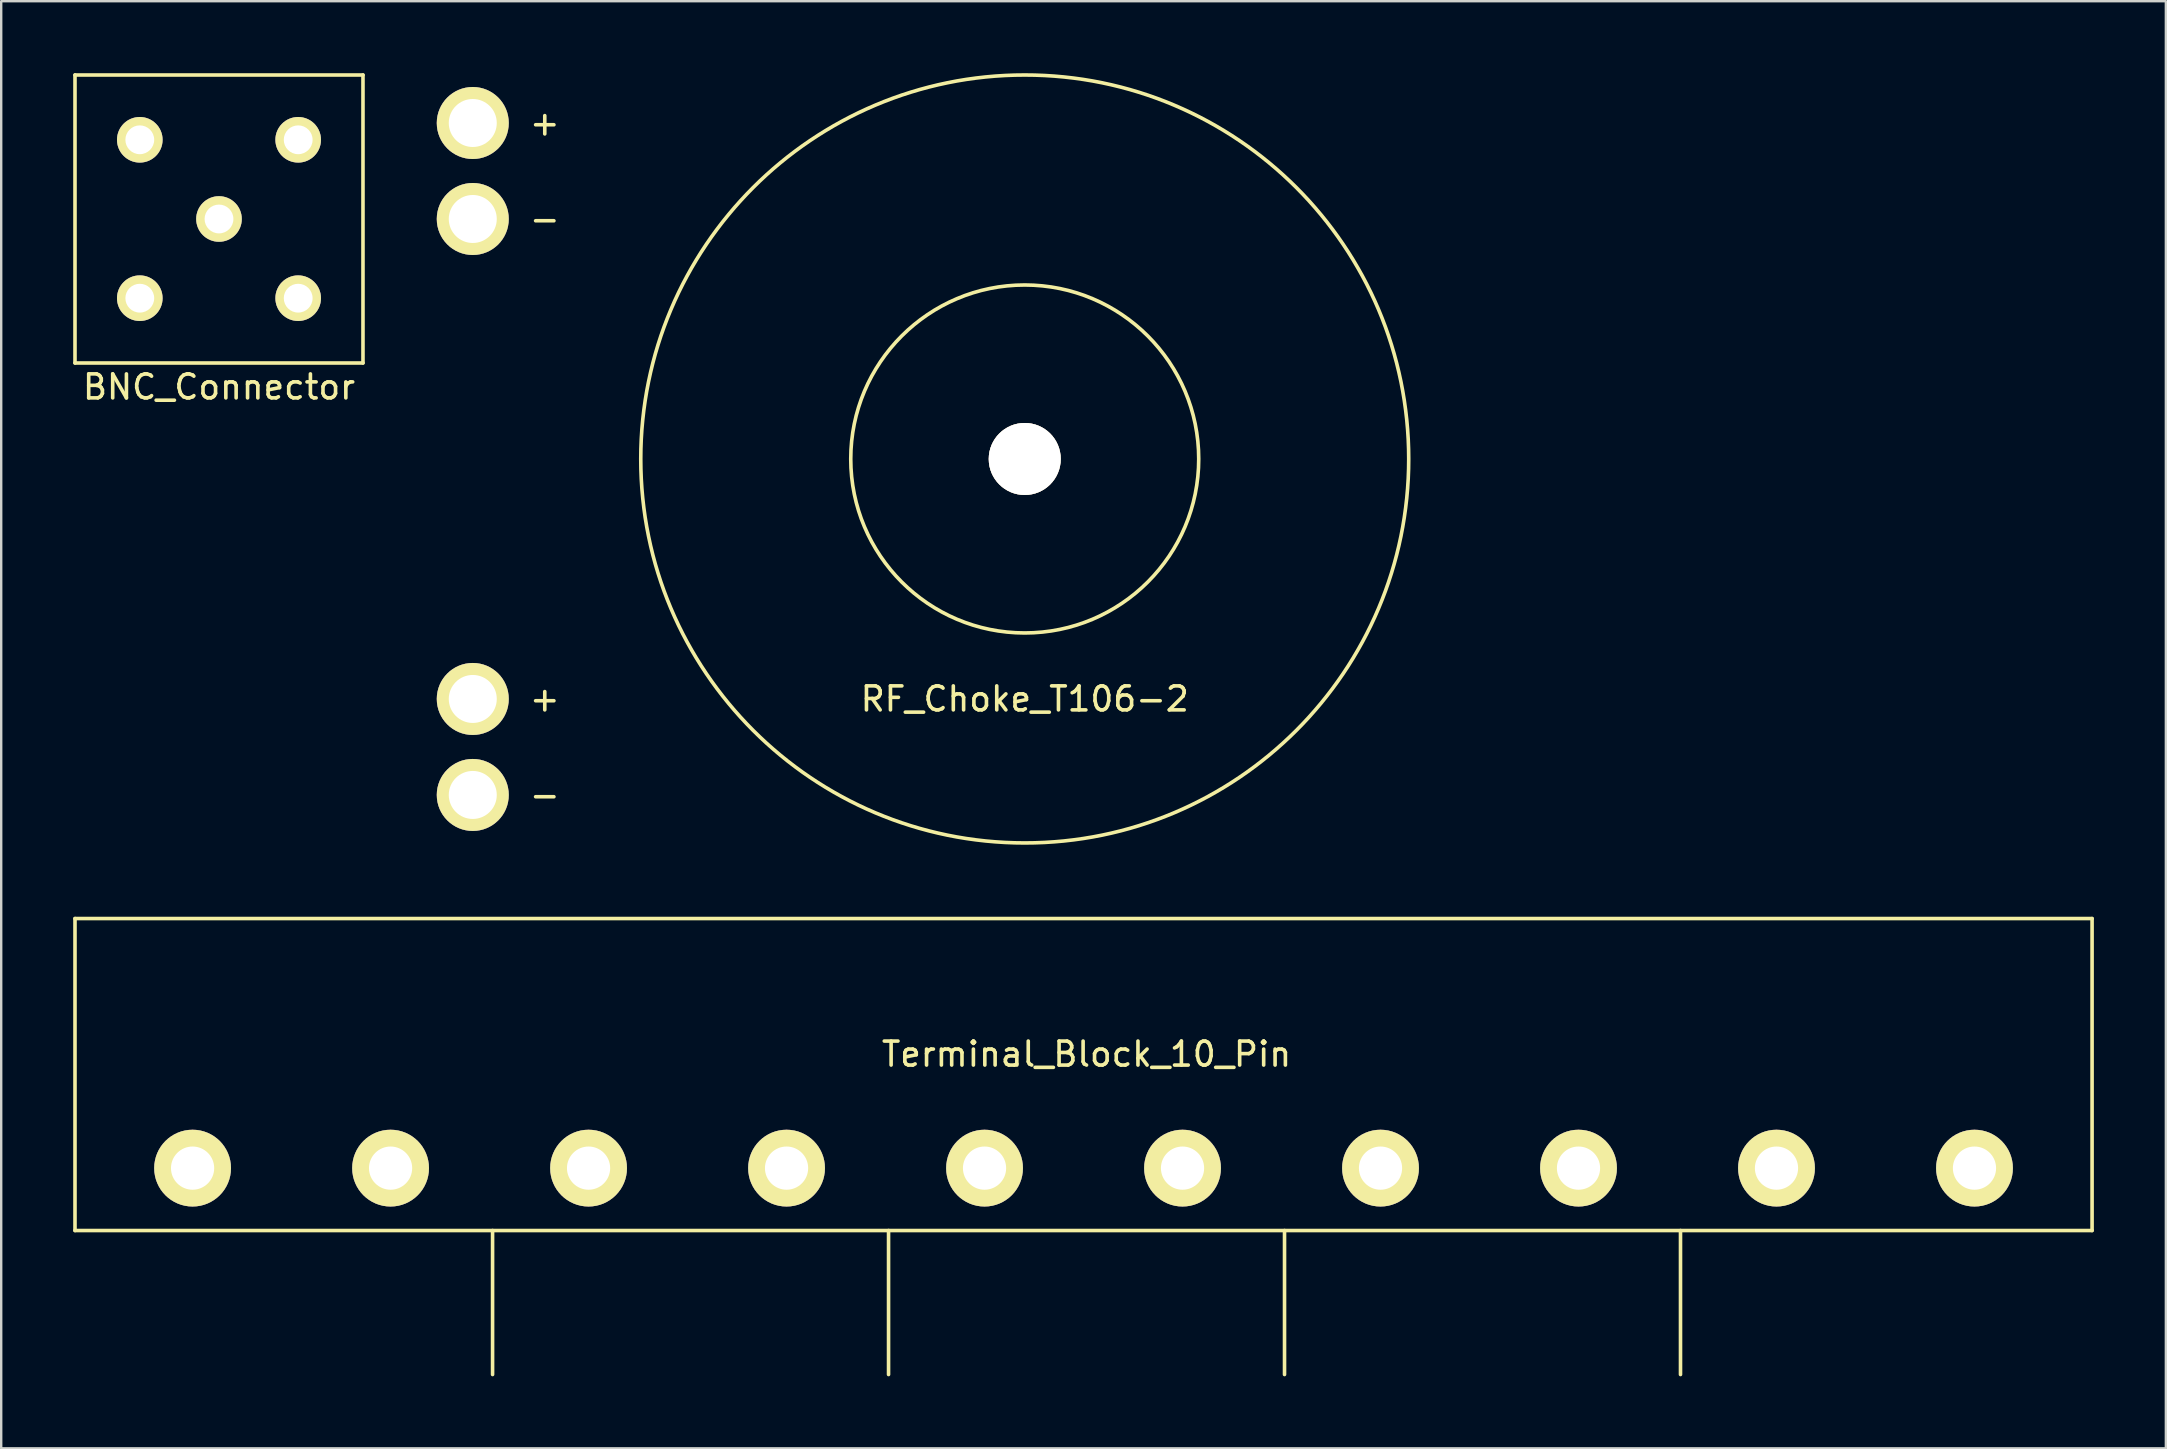
<source format=kicad_pcb>
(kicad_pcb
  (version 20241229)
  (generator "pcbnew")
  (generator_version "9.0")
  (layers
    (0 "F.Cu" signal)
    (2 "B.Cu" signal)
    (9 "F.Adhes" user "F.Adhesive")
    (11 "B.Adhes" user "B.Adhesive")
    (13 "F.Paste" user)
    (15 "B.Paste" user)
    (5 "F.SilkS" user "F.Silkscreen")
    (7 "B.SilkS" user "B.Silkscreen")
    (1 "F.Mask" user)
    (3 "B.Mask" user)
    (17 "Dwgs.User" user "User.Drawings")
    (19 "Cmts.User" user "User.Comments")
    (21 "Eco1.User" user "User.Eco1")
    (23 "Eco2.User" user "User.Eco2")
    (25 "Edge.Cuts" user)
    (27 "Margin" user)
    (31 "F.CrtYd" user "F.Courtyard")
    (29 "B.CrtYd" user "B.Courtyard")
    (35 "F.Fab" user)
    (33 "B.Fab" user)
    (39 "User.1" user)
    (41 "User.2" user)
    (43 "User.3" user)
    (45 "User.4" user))
  (footprint "BNC_Connector"
    (layer "F.Cu")
    (at 6.075 6.075)
    (property "Reference" "BNC_Connector" (at 0 7 0) (layer "F.SilkS") (effects (font (size 1 1) (thickness 0.15))))
    (attr through_hole)
    (fp_line (start -6 -6) (end 6 -6) (stroke (width 0.15) (type solid)) (layer "F.SilkS"))
    (fp_line (start -6 6) (end -6 -6) (stroke (width 0.15) (type solid)) (layer "F.SilkS"))
    (fp_line (start 6 -6) (end 6 6) (stroke (width 0.15) (type solid)) (layer "F.SilkS"))
    (fp_line (start 6 6) (end -6 6) (stroke (width 0.15) (type solid)) (layer "F.SilkS"))
    (pad "1" thru_hole circle (at -3.3 -3.3) (size 1.9 1.9) (drill 1.2) (layers "*.Cu" "*.Mask" "F.SilkS"))
    (pad "1" thru_hole circle (at -3.3 3.3) (size 1.9 1.9) (drill 1.2) (layers "*.Cu" "*.Mask" "F.SilkS"))
    (pad "1" thru_hole circle (at 3.3 -3.3) (size 1.9 1.9) (drill 1.2) (layers "*.Cu" "*.Mask" "F.SilkS"))
    (pad "1" thru_hole circle (at 3.3 3.3) (size 1.9 1.9) (drill 1.2) (layers "*.Cu" "*.Mask" "F.SilkS"))
    (pad "2" thru_hole circle (at 0 0) (size 1.9 1.9) (drill 1.2) (layers "*.Cu" "*.Mask" "F.SilkS")))
  (footprint "Terminal_Block_10_Pin"
    (layer "F.Cu")
    (at 4.975 45.625)
    (property "Reference" "Terminal_Block_10_Pin" (at 37.25 -4.75 0) (layer "F.SilkS") (effects (font (size 1 1) (thickness 0.15))))
    (attr through_hole)
    (fp_line (start -4.9 -10.4) (end 79.15 -10.4) (stroke (width 0.15) (type solid)) (layer "F.SilkS"))
    (fp_line (start -4.9 2.6) (end -4.9 -10.4) (stroke (width 0.15) (type solid)) (layer "F.SilkS"))
    (fp_line (start 12.5 2.6) (end 12.5 8.6) (stroke (width 0.15) (type solid)) (layer "F.SilkS"))
    (fp_line (start 29 2.6) (end 29 8.6) (stroke (width 0.15) (type solid)) (layer "F.SilkS"))
    (fp_line (start 45.5 2.6) (end 45.5 8.6) (stroke (width 0.15) (type solid)) (layer "F.SilkS"))
    (fp_line (start 62 2.6) (end 62 8.6) (stroke (width 0.15) (type solid)) (layer "F.SilkS"))
    (fp_line (start 79.15 -10.4) (end 79.15 2.6) (stroke (width 0.15) (type solid)) (layer "F.SilkS"))
    (fp_line (start 79.15 2.6) (end -4.9 2.6) (stroke (width 0.15) (type solid)) (layer "F.SilkS"))
    (pad "1" thru_hole circle (at 0 0) (size 3.2 3.2) (drill 1.8) (layers "*.Cu" "*.Mask" "F.SilkS"))
    (pad "2" thru_hole circle (at 8.25 0) (size 3.2 3.2) (drill 1.8) (layers "*.Cu" "*.Mask" "F.SilkS"))
    (pad "3" thru_hole circle (at 16.5 0) (size 3.2 3.2) (drill 1.8) (layers "*.Cu" "*.Mask" "F.SilkS"))
    (pad "4" thru_hole circle (at 24.75 0) (size 3.2 3.2) (drill 1.8) (layers "*.Cu" "*.Mask" "F.SilkS"))
    (pad "5" thru_hole circle (at 33 0) (size 3.2 3.2) (drill 1.8) (layers "*.Cu" "*.Mask" "F.SilkS"))
    (pad "6" thru_hole circle (at 41.25 0) (size 3.2 3.2) (drill 1.8) (layers "*.Cu" "*.Mask" "F.SilkS"))
    (pad "7" thru_hole circle (at 49.5 0) (size 3.2 3.2) (drill 1.8) (layers "*.Cu" "*.Mask" "F.SilkS"))
    (pad "8" thru_hole circle (at 57.75 0) (size 3.2 3.2) (drill 1.8) (layers "*.Cu" "*.Mask" "F.SilkS"))
    (pad "9" thru_hole circle (at 66 0) (size 3.2 3.2) (drill 1.8) (layers "*.Cu" "*.Mask" "F.SilkS"))
    (pad "10" thru_hole circle (at 74.25 0) (size 3.2 3.2) (drill 1.8) (layers "*.Cu" "*.Mask" "F.SilkS")))
  (footprint "RF_Choke_T106-2"
    (layer "F.Cu")
    (at 39.65 16.075)
    (property "Reference" "RF_Choke_T106-2" (at 0 10 0) (layer "F.SilkS") (effects (font (size 1 1) (thickness 0.15))))
    (attr through_hole)
    (fp_circle (center 0 0) (end 7.25 0) (stroke (width 0.15) (type solid)) (fill no) (layer "F.SilkS"))
    (fp_circle (center 0 0) (end 16 0) (stroke (width 0.15) (type solid)) (fill no) (layer "F.SilkS"))
    (fp_text user "+" (at -20 -14 0) (layer "F.SilkS") (effects (font (size 1 1) (thickness 0.15))))
    (fp_text user "+" (at -20 10 0) (layer "F.SilkS") (effects (font (size 1 1) (thickness 0.15))))
    (fp_text user "-" (at -20 -10 0) (layer "F.SilkS") (effects (font (size 1 1) (thickness 0.15))))
    (fp_text user "-" (at -20 14 0) (layer "F.SilkS") (effects (font (size 1 1) (thickness 0.15))))
    (pad "" thru_hole circle (at 0 0) (size 3 3) (drill 3) (layers "*.Cu" "*.Mask" "F.SilkS"))
    (pad "1" thru_hole circle (at -23 -14) (size 3 3) (drill 2) (layers "*.Cu" "*.Mask" "F.SilkS"))
    (pad "2" thru_hole circle (at -23 -10) (size 3 3) (drill 2) (layers "*.Cu" "*.Mask" "F.SilkS"))
    (pad "3" thru_hole circle (at -23 10) (size 3 3) (drill 2) (layers "*.Cu" "*.Mask" "F.SilkS"))
    (pad "4" thru_hole circle (at -23 14) (size 3 3) (drill 2) (layers "*.Cu" "*.Mask" "F.SilkS")))
  (gr_rect
    (start -3 -3)
    (end 87.2 57.3)
    (stroke (width 0.1) (type default))
    (fill no)
    (layer "Edge.Cuts")))
</source>
